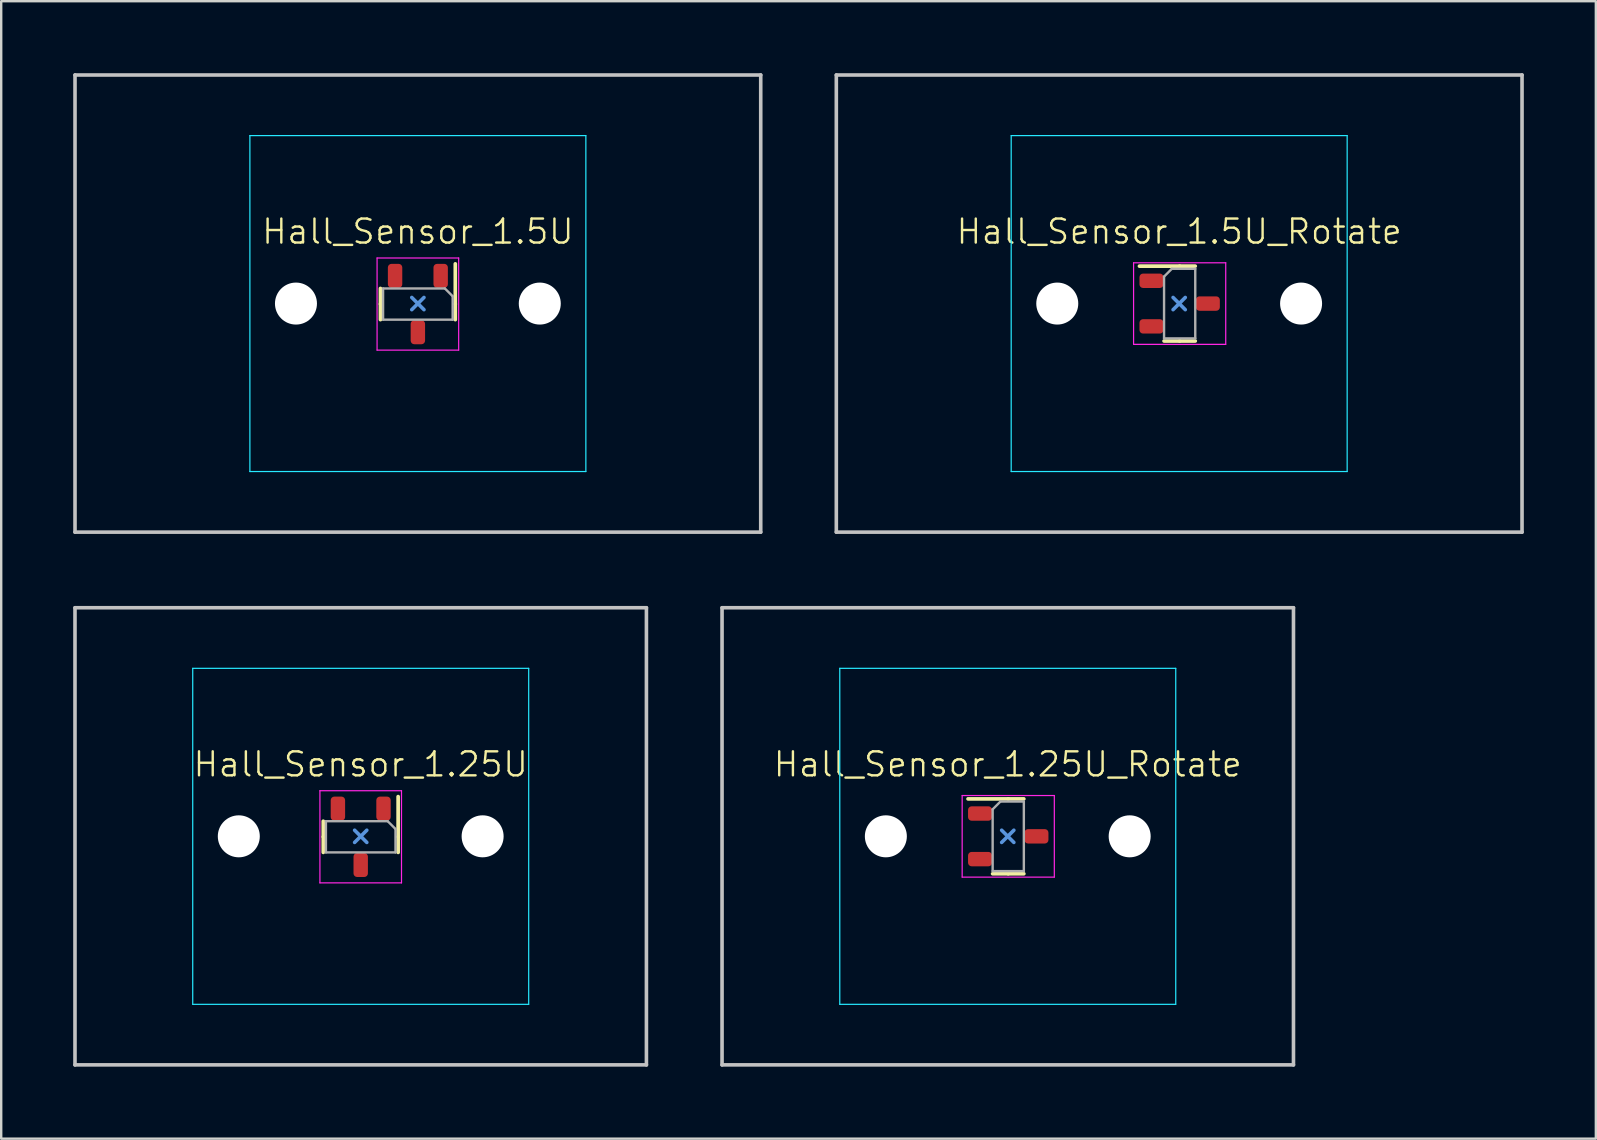
<source format=kicad_pcb>
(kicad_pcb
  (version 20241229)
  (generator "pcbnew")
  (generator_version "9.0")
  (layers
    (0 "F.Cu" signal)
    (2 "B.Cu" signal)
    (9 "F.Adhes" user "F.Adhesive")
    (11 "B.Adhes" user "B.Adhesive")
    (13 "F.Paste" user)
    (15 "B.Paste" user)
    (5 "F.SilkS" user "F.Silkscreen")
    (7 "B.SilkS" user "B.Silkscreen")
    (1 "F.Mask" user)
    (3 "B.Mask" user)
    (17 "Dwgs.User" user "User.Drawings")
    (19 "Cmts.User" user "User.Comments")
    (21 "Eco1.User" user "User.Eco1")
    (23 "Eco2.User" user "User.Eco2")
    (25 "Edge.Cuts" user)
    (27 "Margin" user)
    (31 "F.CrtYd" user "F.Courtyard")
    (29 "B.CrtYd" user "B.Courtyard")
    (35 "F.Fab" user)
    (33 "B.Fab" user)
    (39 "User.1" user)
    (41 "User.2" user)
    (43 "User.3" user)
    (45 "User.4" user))
  (footprint "Hall_Sensor_1.5U"
    (layer "F.Cu")
    (at 14.363 9.6)
    (property "Reference" "Hall_Sensor_1.5U" (at 0 -3 0) (unlocked yes) (layer "F.SilkS") (effects (font (size 1 1) (thickness 0.1))))
    (attr smd)
    (fp_line (start -1.56 -0.63) (end -1.56 0.02) (stroke (width 0.153) (type solid)) (layer "F.SilkS"))
    (fp_line (start -1.56 0.67) (end -1.56 0.02) (stroke (width 0.153) (type solid)) (layer "F.SilkS"))
    (fp_line (start 1.56 -1.655) (end 1.56 0.02) (stroke (width 0.153) (type solid)) (layer "F.SilkS"))
    (fp_line (start 1.56 0.67) (end 1.56 0.02) (stroke (width 0.153) (type solid)) (layer "F.SilkS"))
    (fp_line (start -14.287 -9.525) (end 14.287 -9.525) (stroke (width 0.15) (type solid)) (layer "Dwgs.User"))
    (fp_line (start -14.287 9.525) (end -14.287 -9.525) (stroke (width 0.15) (type solid)) (layer "Dwgs.User"))
    (fp_line (start -14.287 9.525) (end 14.287 9.525) (stroke (width 0.15) (type solid)) (layer "Dwgs.User"))
    (fp_line (start 14.287 -9.525) (end 14.287 9.525) (stroke (width 0.15) (type solid)) (layer "Dwgs.User"))
    (fp_line (start 0.254 -0.254) (end -0.254 0.254) (stroke (width 0.15) (type default)) (layer "Cmts.User"))
    (fp_line (start 0.254 0.254) (end -0.254 -0.254) (stroke (width 0.15) (type default)) (layer "Cmts.User"))
    (fp_line (start -7 -6.5) (end -7 6.5) (stroke (width 0.15) (type solid)) (layer "Eco2.User"))
    (fp_line (start -6.5 7) (end 6.5 7) (stroke (width 0.15) (type solid)) (layer "Eco2.User"))
    (fp_line (start 6.5 -7) (end -6.5 -7) (stroke (width 0.15) (type solid)) (layer "Eco2.User"))
    (fp_line (start 7 6.5) (end 7 -6.5) (stroke (width 0.15) (type solid)) (layer "Eco2.User"))
    (fp_arc (start -7 -6.500001) (mid -6.853553 -6.853553) (end -6.500001 -7) (stroke (width 0.15) (type solid)) (layer "Eco2.User"))
    (fp_arc (start -6.500001 7) (mid -6.853553 6.853553) (end -7 6.500001) (stroke (width 0.15) (type solid)) (layer "Eco2.User"))
    (fp_arc (start 6.500001 -7) (mid 6.853553 -6.853553) (end 7 -6.500001) (stroke (width 0.15) (type solid)) (layer "Eco2.User"))
    (fp_arc (start 6.997236 6.498884) (mid 6.850791 6.852425) (end 6.497236 6.998884) (stroke (width 0.15) (type solid)) (layer "Eco2.User"))
    (fp_line (start -7 -7) (end -7 7) (stroke (width 0.05) (type solid)) (layer "B.CrtYd"))
    (fp_line (start -7 7) (end 7 7) (stroke (width 0.05) (type solid)) (layer "B.CrtYd"))
    (fp_line (start 7 -7) (end -7 -7) (stroke (width 0.05) (type solid)) (layer "B.CrtYd"))
    (fp_line (start 7 7) (end 7 -7) (stroke (width 0.05) (type solid)) (layer "B.CrtYd"))
    (fp_line (start -1.7 -1.9) (end 1.7 -1.9) (stroke (width 0.05) (type solid)) (layer "F.CrtYd"))
    (fp_line (start -1.7 1.94) (end -1.7 -1.9) (stroke (width 0.05) (type solid)) (layer "F.CrtYd"))
    (fp_line (start 1.7 -1.9) (end 1.7 1.94) (stroke (width 0.05) (type solid)) (layer "F.CrtYd"))
    (fp_line (start 1.7 1.94) (end -1.7 1.94) (stroke (width 0.05) (type solid)) (layer "F.CrtYd"))
    (fp_line (start -1.45 -0.63) (end -1.45 0.67) (stroke (width 0.1) (type solid)) (layer "F.Fab"))
    (fp_line (start -1.45 0.67) (end 1.45 0.67) (stroke (width 0.1) (type solid)) (layer "F.Fab"))
    (fp_line (start 1.125 -0.63) (end -1.45 -0.63) (stroke (width 0.1) (type solid)) (layer "F.Fab"))
    (fp_line (start 1.45 -0.305) (end 1.125 -0.63) (stroke (width 0.1) (type solid)) (layer "F.Fab"))
    (fp_line (start 1.45 0.67) (end 1.45 -0.305) (stroke (width 0.1) (type solid)) (layer "F.Fab"))
    (pad "" np_thru_hole circle (at -5.08 0) (size 1.75 1.75) (drill 1.75) (layers "*.Cu" "*.Mask"))
    (pad "" np_thru_hole circle (at 5.08 0) (size 1.75 1.75) (drill 1.75) (layers "*.Cu" "*.Mask"))
    (pad "1" smd roundrect (at 0.95 -1.155 270) (size 1 0.6) (layers "F.Cu" "F.Mask" "F.Paste") (roundrect_rratio 0.25))
    (pad "2" smd roundrect (at 0 1.195 270) (size 1 0.6) (layers "F.Cu" "F.Mask" "F.Paste") (roundrect_rratio 0.25))
    (pad "3" smd roundrect (at -0.95 -1.155 270) (size 1 0.6) (layers "F.Cu" "F.Mask" "F.Paste") (roundrect_rratio 0.25))
    (zone (net_name "") (layers "F.Cu" "B.Cu") (hatch edge 0.5) (connect_pads) (min_thickness 0.25) (filled_areas_thickness no) (keepout (tracks allowed) (vias allowed) (pads allowed) (copperpour not_allowed) (footprints allowed)) (placement (enabled no)) (fill) (polygon (pts (xy 16.113 9.6) (xy 16.093 9.339) (xy 16.035 9.084) (xy 15.939 8.841) (xy 15.808 8.614) (xy 15.645 8.41) (xy 15.454 8.232) (xy 15.238 8.084) (xy 15.002 7.971) (xy 14.752 7.894) (xy 14.493 7.855) (xy 14.232 7.855) (xy 13.973 7.894) (xy 13.723 7.971) (xy 13.488 8.084) (xy 13.271 8.232) (xy 13.08 8.41) (xy 12.917 8.614) (xy 12.786 8.841) (xy 12.69 9.084) (xy 12.632 9.339) (xy 12.613 9.6) (xy 12.632 9.861) (xy 12.69 10.116) (xy 12.786 10.359) (xy 12.917 10.586) (xy 13.08 10.79) (xy 13.271 10.968) (xy 13.488 11.116) (xy 13.723 11.229) (xy 13.973 11.306) (xy 14.232 11.345) (xy 14.493 11.345) (xy 14.752 11.306) (xy 15.002 11.229) (xy 15.238 11.116) (xy 15.454 10.968) (xy 15.645 10.79) (xy 15.808 10.586) (xy 15.939 10.359) (xy 16.035 10.116) (xy 16.093 9.861)))))
  (footprint "Hall_Sensor_1.25U_Rotate"
    (layer "F.Cu")
    (at 38.944 31.8)
    (property "Reference" "Hall_Sensor_1.25U_Rotate" (at 0 -3 0) (unlocked yes) (layer "F.SilkS") (effects (font (size 1 1) (thickness 0.1))))
    (attr smd)
    (fp_line (start -1.655 -1.56) (end 0.02 -1.56) (stroke (width 0.153) (type solid)) (layer "F.SilkS"))
    (fp_line (start -0.63 1.56) (end 0.02 1.56) (stroke (width 0.153) (type solid)) (layer "F.SilkS"))
    (fp_line (start 0.67 -1.56) (end 0.02 -1.56) (stroke (width 0.153) (type solid)) (layer "F.SilkS"))
    (fp_line (start 0.67 1.56) (end 0.02 1.56) (stroke (width 0.153) (type solid)) (layer "F.SilkS"))
    (fp_line (start -11.906 -9.525) (end 11.906 -9.525) (stroke (width 0.15) (type solid)) (layer "Dwgs.User"))
    (fp_line (start -11.906 9.525) (end -11.906 -9.525) (stroke (width 0.15) (type solid)) (layer "Dwgs.User"))
    (fp_line (start -11.906 9.525) (end 11.906 9.525) (stroke (width 0.15) (type solid)) (layer "Dwgs.User"))
    (fp_line (start 11.906 -9.525) (end 11.906 9.525) (stroke (width 0.15) (type solid)) (layer "Dwgs.User"))
    (fp_line (start -0.254 -0.254) (end 0.254 0.254) (stroke (width 0.15) (type default)) (layer "Cmts.User"))
    (fp_line (start 0.254 -0.254) (end -0.254 0.254) (stroke (width 0.15) (type default)) (layer "Cmts.User"))
    (fp_line (start -7 -6.5) (end -7 6.5) (stroke (width 0.15) (type solid)) (layer "Eco2.User"))
    (fp_line (start -6.5 7) (end 6.5 7) (stroke (width 0.15) (type solid)) (layer "Eco2.User"))
    (fp_line (start 6.5 -7) (end -6.5 -7) (stroke (width 0.15) (type solid)) (layer "Eco2.User"))
    (fp_line (start 7 6.5) (end 7 -6.5) (stroke (width 0.15) (type solid)) (layer "Eco2.User"))
    (fp_arc (start -7 -6.500001) (mid -6.853553 -6.853553) (end -6.500001 -7) (stroke (width 0.15) (type solid)) (layer "Eco2.User"))
    (fp_arc (start -6.500001 7) (mid -6.853553 6.853553) (end -7 6.500001) (stroke (width 0.15) (type solid)) (layer "Eco2.User"))
    (fp_arc (start 6.500001 -7) (mid 6.853553 -6.853553) (end 7 -6.500001) (stroke (width 0.15) (type solid)) (layer "Eco2.User"))
    (fp_arc (start 6.997236 6.498884) (mid 6.850791 6.852425) (end 6.497236 6.998884) (stroke (width 0.15) (type solid)) (layer "Eco2.User"))
    (fp_line (start -7 -7) (end -7 7) (stroke (width 0.05) (type solid)) (layer "B.CrtYd"))
    (fp_line (start -7 7) (end 7 7) (stroke (width 0.05) (type solid)) (layer "B.CrtYd"))
    (fp_line (start 7 -7) (end -7 -7) (stroke (width 0.05) (type solid)) (layer "B.CrtYd"))
    (fp_line (start 7 7) (end 7 -7) (stroke (width 0.05) (type solid)) (layer "B.CrtYd"))
    (fp_line (start -1.9 -1.7) (end 1.94 -1.7) (stroke (width 0.05) (type solid)) (layer "F.CrtYd"))
    (fp_line (start -1.9 1.7) (end -1.9 -1.7) (stroke (width 0.05) (type solid)) (layer "F.CrtYd"))
    (fp_line (start 1.94 -1.7) (end 1.94 1.7) (stroke (width 0.05) (type solid)) (layer "F.CrtYd"))
    (fp_line (start 1.94 1.7) (end -1.9 1.7) (stroke (width 0.05) (type solid)) (layer "F.CrtYd"))
    (fp_line (start -0.63 -1.125) (end -0.63 1.45) (stroke (width 0.1) (type solid)) (layer "F.Fab"))
    (fp_line (start -0.63 1.45) (end 0.67 1.45) (stroke (width 0.1) (type solid)) (layer "F.Fab"))
    (fp_line (start -0.305 -1.45) (end -0.63 -1.125) (stroke (width 0.1) (type solid)) (layer "F.Fab"))
    (fp_line (start 0.67 -1.45) (end -0.305 -1.45) (stroke (width 0.1) (type solid)) (layer "F.Fab"))
    (fp_line (start 0.67 1.45) (end 0.67 -1.45) (stroke (width 0.1) (type solid)) (layer "F.Fab"))
    (pad "" np_thru_hole circle (at -5.08 0) (size 1.75 1.75) (drill 1.75) (layers "*.Cu" "*.Mask"))
    (pad "" np_thru_hole circle (at 5.08 0) (size 1.75 1.75) (drill 1.75) (layers "*.Cu" "*.Mask"))
    (pad "1" smd roundrect (at -1.155 -0.95) (size 1 0.6) (layers "F.Cu" "F.Mask" "F.Paste") (roundrect_rratio 0.25))
    (pad "2" smd roundrect (at 1.195 0) (size 1 0.6) (layers "F.Cu" "F.Mask" "F.Paste") (roundrect_rratio 0.25))
    (pad "3" smd roundrect (at -1.155 0.95) (size 1 0.6) (layers "F.Cu" "F.Mask" "F.Paste") (roundrect_rratio 0.25))
    (zone (net_name "") (layers "F.Cu" "B.Cu") (hatch edge 0.5) (connect_pads) (min_thickness 0.25) (filled_areas_thickness no) (keepout (tracks allowed) (vias allowed) (pads allowed) (copperpour not_allowed) (footprints allowed)) (placement (enabled no)) (fill) (polygon (pts (xy 38.944 30.05) (xy 38.683 30.07) (xy 38.428 30.128) (xy 38.184 30.223) (xy 37.958 30.354) (xy 37.753 30.517) (xy 37.576 30.709) (xy 37.428 30.925) (xy 37.315 31.161) (xy 37.238 31.411) (xy 37.199 31.669) (xy 37.199 31.931) (xy 37.238 32.189) (xy 37.315 32.439) (xy 37.428 32.675) (xy 37.576 32.891) (xy 37.753 33.083) (xy 37.958 33.246) (xy 38.184 33.377) (xy 38.428 33.472) (xy 38.683 33.53) (xy 38.944 33.55) (xy 39.205 33.53) (xy 39.46 33.472) (xy 39.703 33.377) (xy 39.93 33.246) (xy 40.134 33.083) (xy 40.312 32.891) (xy 40.459 32.675) (xy 40.573 32.439) (xy 40.65 32.189) (xy 40.689 31.931) (xy 40.689 31.669) (xy 40.65 31.411) (xy 40.573 31.161) (xy 40.459 30.925) (xy 40.312 30.709) (xy 40.134 30.517) (xy 39.93 30.354) (xy 39.703 30.223) (xy 39.46 30.128) (xy 39.205 30.07)))))
  (footprint "Hall_Sensor_1.25U"
    (layer "F.Cu")
    (at 11.981 31.8)
    (property "Reference" "Hall_Sensor_1.25U" (at 0 -3 0) (unlocked yes) (layer "F.SilkS") (effects (font (size 1 1) (thickness 0.1))))
    (attr smd)
    (fp_line (start -1.56 -0.63) (end -1.56 0.02) (stroke (width 0.153) (type solid)) (layer "F.SilkS"))
    (fp_line (start -1.56 0.67) (end -1.56 0.02) (stroke (width 0.153) (type solid)) (layer "F.SilkS"))
    (fp_line (start 1.56 -1.655) (end 1.56 0.02) (stroke (width 0.153) (type solid)) (layer "F.SilkS"))
    (fp_line (start 1.56 0.67) (end 1.56 0.02) (stroke (width 0.153) (type solid)) (layer "F.SilkS"))
    (fp_line (start -11.906 -9.525) (end 11.906 -9.525) (stroke (width 0.15) (type solid)) (layer "Dwgs.User"))
    (fp_line (start -11.906 9.525) (end -11.906 -9.525) (stroke (width 0.15) (type solid)) (layer "Dwgs.User"))
    (fp_line (start -11.906 9.525) (end 11.906 9.525) (stroke (width 0.15) (type solid)) (layer "Dwgs.User"))
    (fp_line (start 11.906 -9.525) (end 11.906 9.525) (stroke (width 0.15) (type solid)) (layer "Dwgs.User"))
    (fp_line (start 0.254 -0.254) (end -0.254 0.254) (stroke (width 0.15) (type default)) (layer "Cmts.User"))
    (fp_line (start 0.254 0.254) (end -0.254 -0.254) (stroke (width 0.15) (type default)) (layer "Cmts.User"))
    (fp_line (start -7 -6.5) (end -7 6.5) (stroke (width 0.15) (type solid)) (layer "Eco2.User"))
    (fp_line (start -6.5 7) (end 6.5 7) (stroke (width 0.15) (type solid)) (layer "Eco2.User"))
    (fp_line (start 6.5 -7) (end -6.5 -7) (stroke (width 0.15) (type solid)) (layer "Eco2.User"))
    (fp_line (start 7 6.5) (end 7 -6.5) (stroke (width 0.15) (type solid)) (layer "Eco2.User"))
    (fp_arc (start -7 -6.500001) (mid -6.853553 -6.853553) (end -6.500001 -7) (stroke (width 0.15) (type solid)) (layer "Eco2.User"))
    (fp_arc (start -6.500001 7) (mid -6.853553 6.853553) (end -7 6.500001) (stroke (width 0.15) (type solid)) (layer "Eco2.User"))
    (fp_arc (start 6.500001 -7) (mid 6.853553 -6.853553) (end 7 -6.500001) (stroke (width 0.15) (type solid)) (layer "Eco2.User"))
    (fp_arc (start 6.997236 6.498884) (mid 6.850791 6.852425) (end 6.497236 6.998884) (stroke (width 0.15) (type solid)) (layer "Eco2.User"))
    (fp_line (start -7 -7) (end -7 7) (stroke (width 0.05) (type solid)) (layer "B.CrtYd"))
    (fp_line (start -7 7) (end 7 7) (stroke (width 0.05) (type solid)) (layer "B.CrtYd"))
    (fp_line (start 7 -7) (end -7 -7) (stroke (width 0.05) (type solid)) (layer "B.CrtYd"))
    (fp_line (start 7 7) (end 7 -7) (stroke (width 0.05) (type solid)) (layer "B.CrtYd"))
    (fp_line (start -1.7 -1.9) (end 1.7 -1.9) (stroke (width 0.05) (type solid)) (layer "F.CrtYd"))
    (fp_line (start -1.7 1.94) (end -1.7 -1.9) (stroke (width 0.05) (type solid)) (layer "F.CrtYd"))
    (fp_line (start 1.7 -1.9) (end 1.7 1.94) (stroke (width 0.05) (type solid)) (layer "F.CrtYd"))
    (fp_line (start 1.7 1.94) (end -1.7 1.94) (stroke (width 0.05) (type solid)) (layer "F.CrtYd"))
    (fp_line (start -1.45 -0.63) (end -1.45 0.67) (stroke (width 0.1) (type solid)) (layer "F.Fab"))
    (fp_line (start -1.45 0.67) (end 1.45 0.67) (stroke (width 0.1) (type solid)) (layer "F.Fab"))
    (fp_line (start 1.125 -0.63) (end -1.45 -0.63) (stroke (width 0.1) (type solid)) (layer "F.Fab"))
    (fp_line (start 1.45 -0.305) (end 1.125 -0.63) (stroke (width 0.1) (type solid)) (layer "F.Fab"))
    (fp_line (start 1.45 0.67) (end 1.45 -0.305) (stroke (width 0.1) (type solid)) (layer "F.Fab"))
    (pad "" np_thru_hole circle (at -5.08 0) (size 1.75 1.75) (drill 1.75) (layers "*.Cu" "*.Mask"))
    (pad "" np_thru_hole circle (at 5.08 0) (size 1.75 1.75) (drill 1.75) (layers "*.Cu" "*.Mask"))
    (pad "1" smd roundrect (at 0.95 -1.155 270) (size 1 0.6) (layers "F.Cu" "F.Mask" "F.Paste") (roundrect_rratio 0.25))
    (pad "2" smd roundrect (at 0 1.195 270) (size 1 0.6) (layers "F.Cu" "F.Mask" "F.Paste") (roundrect_rratio 0.25))
    (pad "3" smd roundrect (at -0.95 -1.155 270) (size 1 0.6) (layers "F.Cu" "F.Mask" "F.Paste") (roundrect_rratio 0.25))
    (zone (net_name "") (layers "F.Cu" "B.Cu") (hatch edge 0.5) (connect_pads) (min_thickness 0.25) (filled_areas_thickness no) (keepout (tracks allowed) (vias allowed) (pads allowed) (copperpour not_allowed) (footprints allowed)) (placement (enabled no)) (fill) (polygon (pts (xy 13.731 31.8) (xy 13.712 31.539) (xy 13.654 31.284) (xy 13.558 31.041) (xy 13.427 30.814) (xy 13.264 30.61) (xy 13.072 30.432) (xy 12.856 30.284) (xy 12.621 30.171) (xy 12.371 30.094) (xy 12.112 30.055) (xy 11.85 30.055) (xy 11.592 30.094) (xy 11.342 30.171) (xy 11.106 30.284) (xy 10.89 30.432) (xy 10.698 30.61) (xy 10.535 30.814) (xy 10.405 31.041) (xy 10.309 31.284) (xy 10.251 31.539) (xy 10.231 31.8) (xy 10.251 32.061) (xy 10.309 32.316) (xy 10.405 32.559) (xy 10.535 32.786) (xy 10.698 32.99) (xy 10.89 33.168) (xy 11.106 33.316) (xy 11.342 33.429) (xy 11.592 33.506) (xy 11.85 33.545) (xy 12.112 33.545) (xy 12.371 33.506) (xy 12.621 33.429) (xy 12.856 33.316) (xy 13.072 33.168) (xy 13.264 32.99) (xy 13.427 32.786) (xy 13.558 32.559) (xy 13.654 32.316) (xy 13.712 32.061)))))
  (footprint "Hall_Sensor_1.5U_Rotate"
    (layer "F.Cu")
    (at 46.087 9.6)
    (property "Reference" "Hall_Sensor_1.5U_Rotate" (at 0 -3 0) (unlocked yes) (layer "F.SilkS") (effects (font (size 1 1) (thickness 0.1))))
    (attr smd)
    (fp_line (start -1.655 -1.56) (end 0.02 -1.56) (stroke (width 0.153) (type solid)) (layer "F.SilkS"))
    (fp_line (start -0.63 1.56) (end 0.02 1.56) (stroke (width 0.153) (type solid)) (layer "F.SilkS"))
    (fp_line (start 0.67 -1.56) (end 0.02 -1.56) (stroke (width 0.153) (type solid)) (layer "F.SilkS"))
    (fp_line (start 0.67 1.56) (end 0.02 1.56) (stroke (width 0.153) (type solid)) (layer "F.SilkS"))
    (fp_line (start -14.287 -9.525) (end 14.287 -9.525) (stroke (width 0.15) (type solid)) (layer "Dwgs.User"))
    (fp_line (start -14.287 9.525) (end -14.287 -9.525) (stroke (width 0.15) (type solid)) (layer "Dwgs.User"))
    (fp_line (start -14.287 9.525) (end 14.287 9.525) (stroke (width 0.15) (type solid)) (layer "Dwgs.User"))
    (fp_line (start 14.287 -9.525) (end 14.287 9.525) (stroke (width 0.15) (type solid)) (layer "Dwgs.User"))
    (fp_line (start -0.254 -0.254) (end 0.254 0.254) (stroke (width 0.15) (type default)) (layer "Cmts.User"))
    (fp_line (start 0.254 -0.254) (end -0.254 0.254) (stroke (width 0.15) (type default)) (layer "Cmts.User"))
    (fp_line (start -7 -6.5) (end -7 6.5) (stroke (width 0.15) (type solid)) (layer "Eco2.User"))
    (fp_line (start -6.5 7) (end 6.5 7) (stroke (width 0.15) (type solid)) (layer "Eco2.User"))
    (fp_line (start 6.5 -7) (end -6.5 -7) (stroke (width 0.15) (type solid)) (layer "Eco2.User"))
    (fp_line (start 7 6.5) (end 7 -6.5) (stroke (width 0.15) (type solid)) (layer "Eco2.User"))
    (fp_arc (start -7 -6.500001) (mid -6.853553 -6.853553) (end -6.500001 -7) (stroke (width 0.15) (type solid)) (layer "Eco2.User"))
    (fp_arc (start -6.500001 7) (mid -6.853553 6.853553) (end -7 6.500001) (stroke (width 0.15) (type solid)) (layer "Eco2.User"))
    (fp_arc (start 6.500001 -7) (mid 6.853553 -6.853553) (end 7 -6.500001) (stroke (width 0.15) (type solid)) (layer "Eco2.User"))
    (fp_arc (start 6.997236 6.498884) (mid 6.850791 6.852425) (end 6.497236 6.998884) (stroke (width 0.15) (type solid)) (layer "Eco2.User"))
    (fp_line (start -7 -7) (end -7 7) (stroke (width 0.05) (type solid)) (layer "B.CrtYd"))
    (fp_line (start -7 7) (end 7 7) (stroke (width 0.05) (type solid)) (layer "B.CrtYd"))
    (fp_line (start 7 -7) (end -7 -7) (stroke (width 0.05) (type solid)) (layer "B.CrtYd"))
    (fp_line (start 7 7) (end 7 -7) (stroke (width 0.05) (type solid)) (layer "B.CrtYd"))
    (fp_line (start -1.9 -1.7) (end 1.94 -1.7) (stroke (width 0.05) (type solid)) (layer "F.CrtYd"))
    (fp_line (start -1.9 1.7) (end -1.9 -1.7) (stroke (width 0.05) (type solid)) (layer "F.CrtYd"))
    (fp_line (start 1.94 -1.7) (end 1.94 1.7) (stroke (width 0.05) (type solid)) (layer "F.CrtYd"))
    (fp_line (start 1.94 1.7) (end -1.9 1.7) (stroke (width 0.05) (type solid)) (layer "F.CrtYd"))
    (fp_line (start -0.63 -1.125) (end -0.63 1.45) (stroke (width 0.1) (type solid)) (layer "F.Fab"))
    (fp_line (start -0.63 1.45) (end 0.67 1.45) (stroke (width 0.1) (type solid)) (layer "F.Fab"))
    (fp_line (start -0.305 -1.45) (end -0.63 -1.125) (stroke (width 0.1) (type solid)) (layer "F.Fab"))
    (fp_line (start 0.67 -1.45) (end -0.305 -1.45) (stroke (width 0.1) (type solid)) (layer "F.Fab"))
    (fp_line (start 0.67 1.45) (end 0.67 -1.45) (stroke (width 0.1) (type solid)) (layer "F.Fab"))
    (pad "" np_thru_hole circle (at -5.08 0) (size 1.75 1.75) (drill 1.75) (layers "*.Cu" "*.Mask"))
    (pad "" np_thru_hole circle (at 5.08 0) (size 1.75 1.75) (drill 1.75) (layers "*.Cu" "*.Mask"))
    (pad "1" smd roundrect (at -1.155 -0.95) (size 1 0.6) (layers "F.Cu" "F.Mask" "F.Paste") (roundrect_rratio 0.25))
    (pad "2" smd roundrect (at 1.195 0) (size 1 0.6) (layers "F.Cu" "F.Mask" "F.Paste") (roundrect_rratio 0.25))
    (pad "3" smd roundrect (at -1.155 0.95) (size 1 0.6) (layers "F.Cu" "F.Mask" "F.Paste") (roundrect_rratio 0.25))
    (zone (net_name "") (layers "F.Cu" "B.Cu") (hatch edge 0.5) (connect_pads) (min_thickness 0.25) (filled_areas_thickness no) (keepout (tracks allowed) (vias allowed) (pads allowed) (copperpour not_allowed) (footprints allowed)) (placement (enabled no)) (fill) (polygon (pts (xy 46.087 7.85) (xy 45.827 7.87) (xy 45.572 7.928) (xy 45.328 8.023) (xy 45.102 8.154) (xy 44.897 8.317) (xy 44.719 8.509) (xy 44.572 8.725) (xy 44.458 8.961) (xy 44.381 9.211) (xy 44.342 9.469) (xy 44.342 9.731) (xy 44.381 9.989) (xy 44.458 10.239) (xy 44.572 10.475) (xy 44.719 10.691) (xy 44.897 10.883) (xy 45.102 11.046) (xy 45.328 11.177) (xy 45.572 11.272) (xy 45.827 11.33) (xy 46.087 11.35) (xy 46.348 11.33) (xy 46.603 11.272) (xy 46.847 11.177) (xy 47.073 11.046) (xy 47.278 10.883) (xy 47.456 10.691) (xy 47.603 10.475) (xy 47.717 10.239) (xy 47.794 9.989) (xy 47.833 9.731) (xy 47.833 9.469) (xy 47.794 9.211) (xy 47.717 8.961) (xy 47.603 8.725) (xy 47.456 8.509) (xy 47.278 8.317) (xy 47.073 8.154) (xy 46.847 8.023) (xy 46.603 7.928) (xy 46.348 7.87)))))
  (gr_rect
    (start -3 -3)
    (end 63.45 44.4)
    (stroke (width 0.1) (type default))
    (fill no)
    (layer "Edge.Cuts")))
</source>
